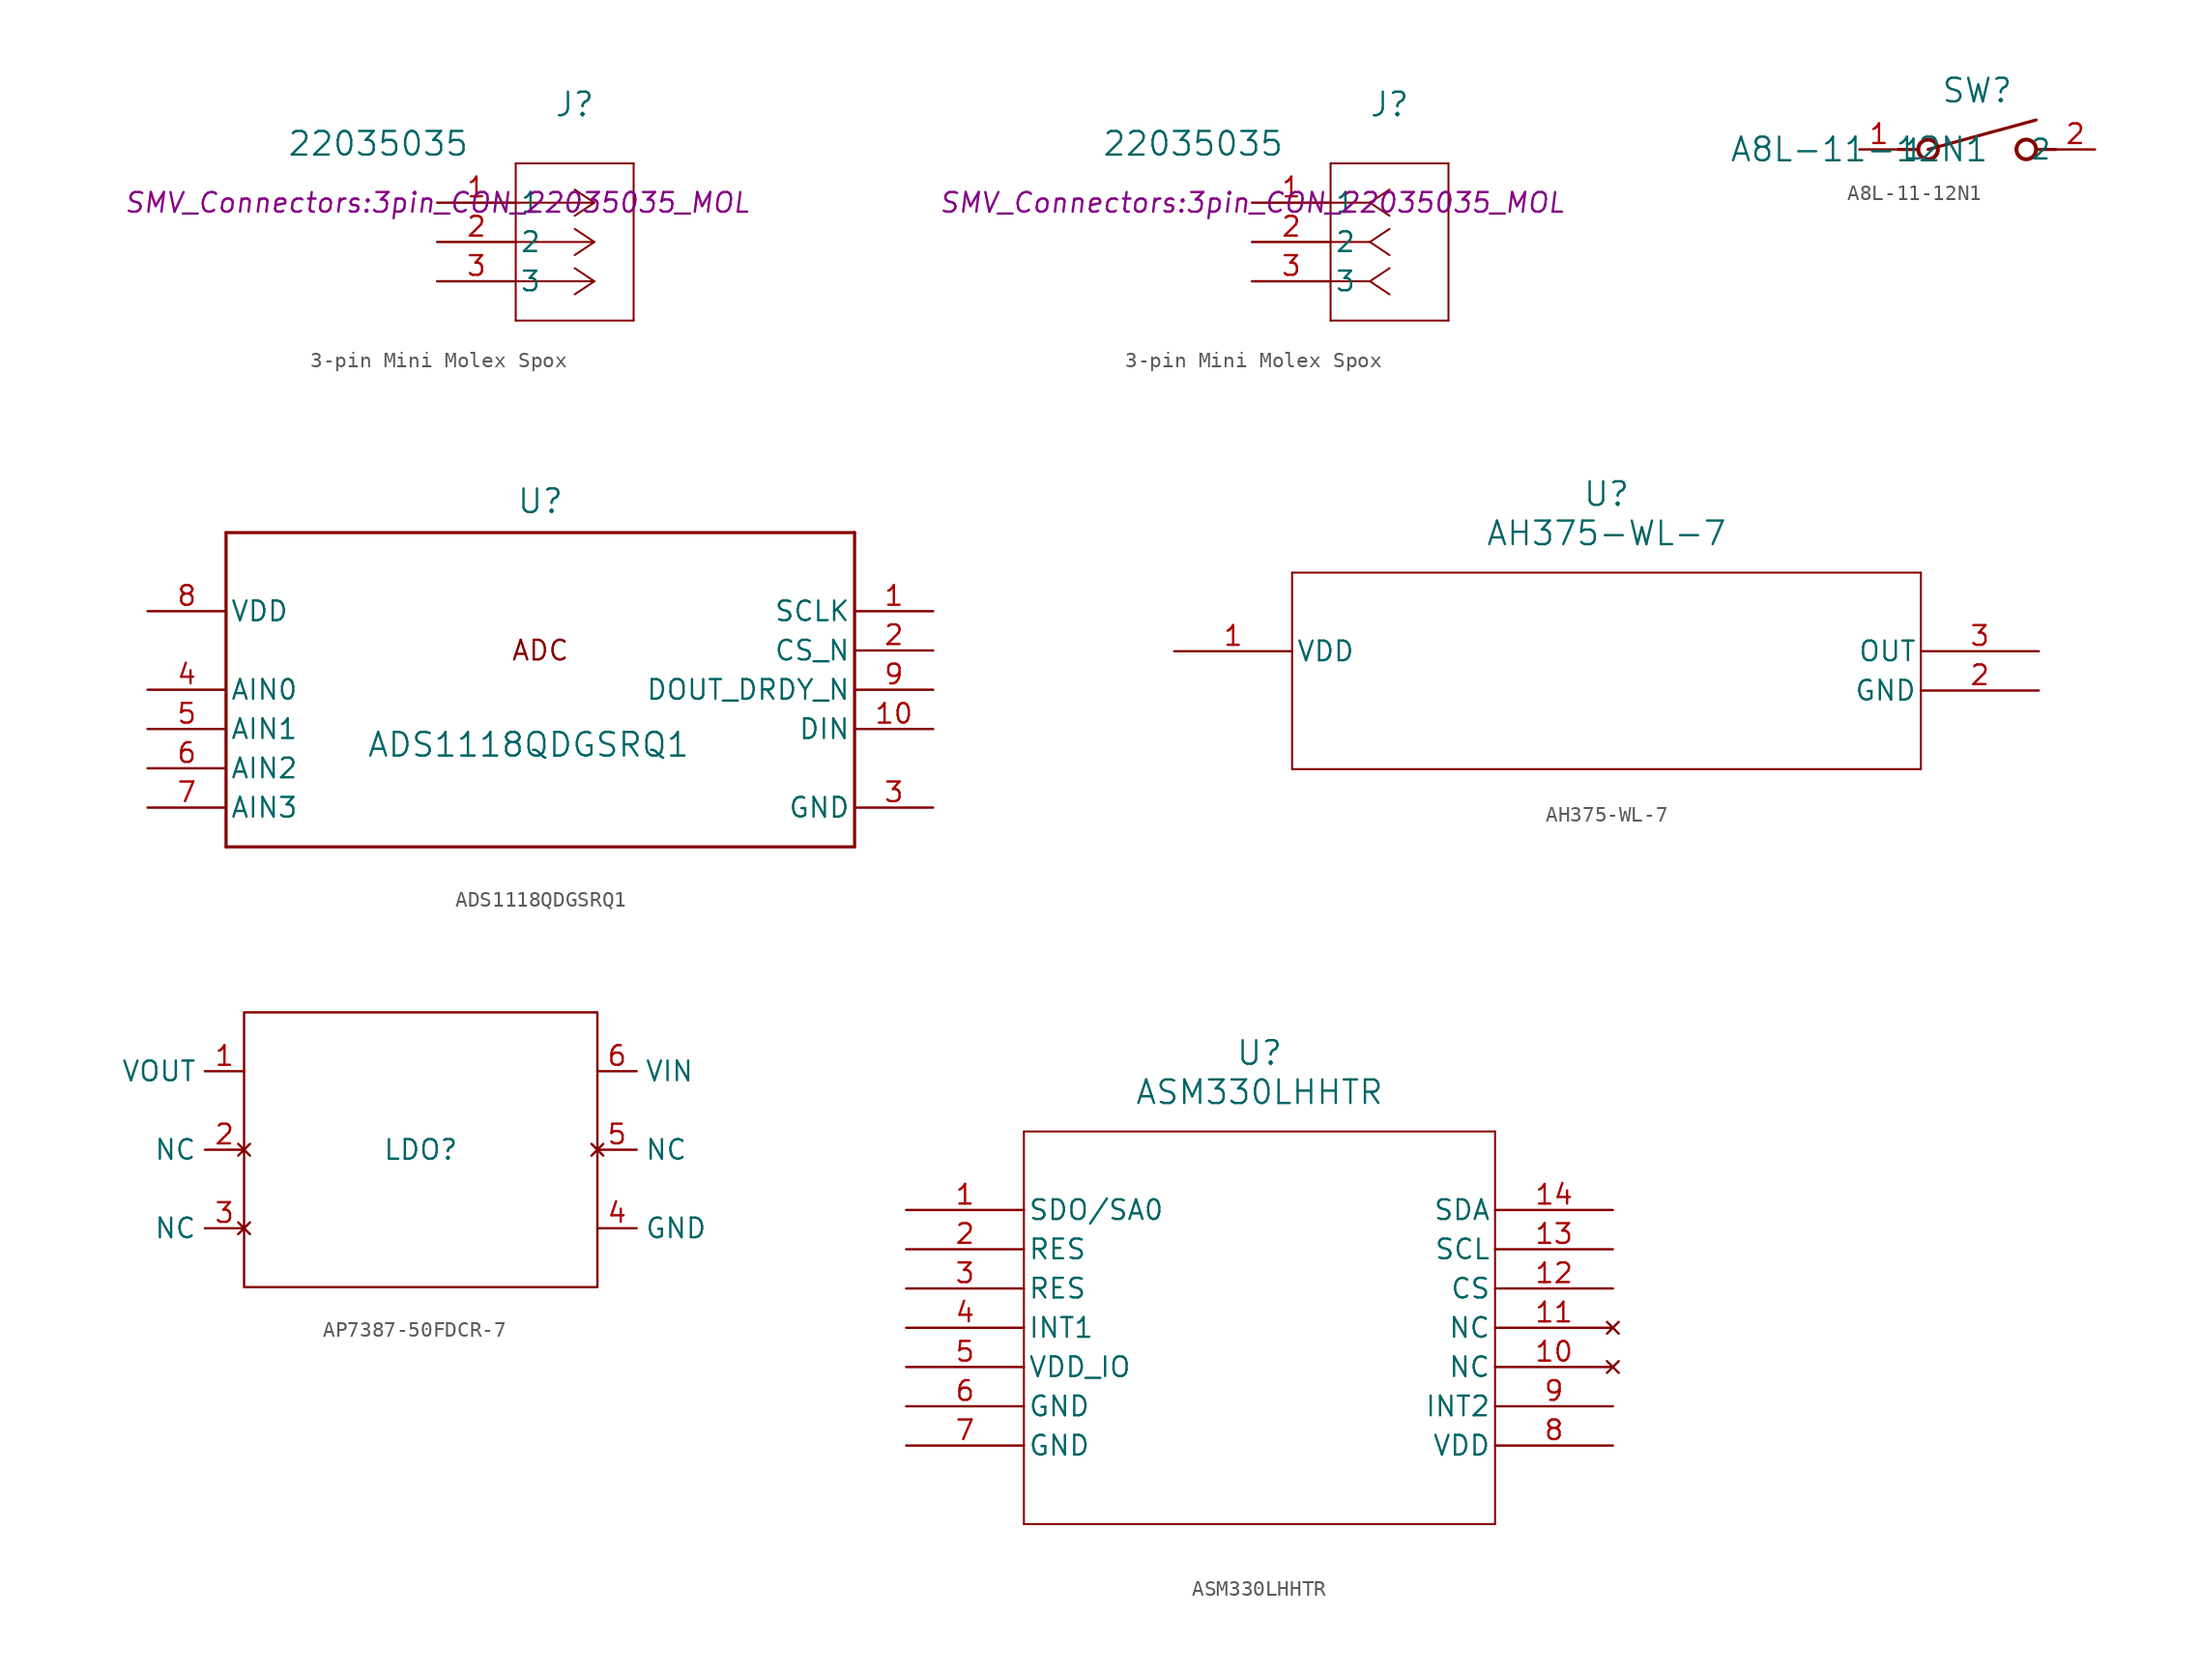
<source format=kicad_sym>
(kicad_symbol_lib
  (version 20241209)
  (generator "kicad_symbol_editor")
  (generator_version "9.0")
  (symbol "3-pin Mini Molex Spox"
    (pin_names
      (offset 0.254))
    (property "Reference" "J"
      (at 8.89 6.35 0)
      (effects (font (size 1.524 1.524))))
    (property "Value" "22035035"
      (at -3.81 3.81 0)
      (effects (font (size 1.524 1.524))))
    (property "Footprint" "SMV_Connectors:3pin_CON_22035035_MOL"
      (at 0 0 0)
      (effects (font (size 1.27 1.27) (italic yes))))
    (symbol "3-pin Mini Molex Spox_1_1"
      (polyline (pts (xy 5.08 2.54) (xy 5.08 -7.62)) (stroke (width 0.127) (type default)) (fill (type none)))
      (polyline (pts (xy 5.08 -7.62) (xy 12.7 -7.62)) (stroke (width 0.127) (type default)) (fill (type none)))
      (polyline (pts (xy 10.16 0) (xy 5.08 0)) (stroke (width 0.127) (type default)) (fill (type none)))
      (polyline (pts (xy 10.16 0) (xy 8.89 0.847)) (stroke (width 0.127) (type default)) (fill (type none)))
      (polyline (pts (xy 10.16 0) (xy 8.89 -0.847)) (stroke (width 0.127) (type default)) (fill (type none)))
      (polyline (pts (xy 10.16 -2.54) (xy 5.08 -2.54)) (stroke (width 0.127) (type default)) (fill (type none)))
      (polyline (pts (xy 10.16 -2.54) (xy 8.89 -1.693)) (stroke (width 0.127) (type default)) (fill (type none)))
      (polyline (pts (xy 10.16 -2.54) (xy 8.89 -3.387)) (stroke (width 0.127) (type default)) (fill (type none)))
      (polyline (pts (xy 10.16 -5.08) (xy 5.08 -5.08)) (stroke (width 0.127) (type default)) (fill (type none)))
      (polyline (pts (xy 10.16 -5.08) (xy 8.89 -4.233)) (stroke (width 0.127) (type default)) (fill (type none)))
      (polyline (pts (xy 10.16 -5.08) (xy 8.89 -5.927)) (stroke (width 0.127) (type default)) (fill (type none)))
      (polyline (pts (xy 12.7 2.54) (xy 5.08 2.54)) (stroke (width 0.127) (type default)) (fill (type none)))
      (polyline (pts (xy 12.7 -7.62) (xy 12.7 2.54)) (stroke (width 0.127) (type default)) (fill (type none)))
      (pin unspecified line (at 0 0 0) (length 5.08) (name "1" (effects (font (size 1.27 1.27)))) (number "1" (effects (font (size 1.27 1.27)))))
      (pin unspecified line (at 0 -2.54 0) (length 5.08) (name "2" (effects (font (size 1.27 1.27)))) (number "2" (effects (font (size 1.27 1.27)))))
      (pin unspecified line (at 0 -5.08 0) (length 5.08) (name "3" (effects (font (size 1.27 1.27)))) (number "3" (effects (font (size 1.27 1.27))))))
    (symbol "3-pin Mini Molex Spox_1_2"
      (polyline (pts (xy 5.08 2.54) (xy 5.08 -7.62)) (stroke (width 0.127) (type default)) (fill (type none)))
      (polyline (pts (xy 5.08 -7.62) (xy 12.7 -7.62)) (stroke (width 0.127) (type default)) (fill (type none)))
      (polyline (pts (xy 7.62 0) (xy 5.08 0)) (stroke (width 0.127) (type default)) (fill (type none)))
      (polyline (pts (xy 7.62 0) (xy 8.89 0.847)) (stroke (width 0.127) (type default)) (fill (type none)))
      (polyline (pts (xy 7.62 0) (xy 8.89 -0.847)) (stroke (width 0.127) (type default)) (fill (type none)))
      (polyline (pts (xy 7.62 -2.54) (xy 5.08 -2.54)) (stroke (width 0.127) (type default)) (fill (type none)))
      (polyline (pts (xy 7.62 -2.54) (xy 8.89 -1.693)) (stroke (width 0.127) (type default)) (fill (type none)))
      (polyline (pts (xy 7.62 -2.54) (xy 8.89 -3.387)) (stroke (width 0.127) (type default)) (fill (type none)))
      (polyline (pts (xy 7.62 -5.08) (xy 5.08 -5.08)) (stroke (width 0.127) (type default)) (fill (type none)))
      (polyline (pts (xy 7.62 -5.08) (xy 8.89 -4.233)) (stroke (width 0.127) (type default)) (fill (type none)))
      (polyline (pts (xy 7.62 -5.08) (xy 8.89 -5.927)) (stroke (width 0.127) (type default)) (fill (type none)))
      (polyline (pts (xy 12.7 2.54) (xy 5.08 2.54)) (stroke (width 0.127) (type default)) (fill (type none)))
      (polyline (pts (xy 12.7 -7.62) (xy 12.7 2.54)) (stroke (width 0.127) (type default)) (fill (type none)))
      (pin unspecified line (at 0 0 0) (length 5.08) (name "1" (effects (font (size 1.27 1.27)))) (number "1" (effects (font (size 1.27 1.27)))))
      (pin unspecified line (at 0 -2.54 0) (length 5.08) (name "2" (effects (font (size 1.27 1.27)))) (number "2" (effects (font (size 1.27 1.27)))))
      (pin unspecified line (at 0 -5.08 0) (length 5.08) (name "3" (effects (font (size 1.27 1.27)))) (number "3" (effects (font (size 1.27 1.27)))))))
  (symbol "A8L-11-12N1"
    (pin_names
      (offset 0.254))
    (property "Reference" "SW"
      (at 7.62 3.81 0)
      (effects (font (size 1.524 1.524))))
    (property "Value" "A8L-11-12N1"
      (at 0 0 0)
      (effects (font (size 1.524 1.524))))
    (symbol "A8L-11-12N1_0_1"
      (polyline (pts (xy 2.54 0) (xy 3.81 0)) (stroke (width 0.203) (type default)) (fill (type none)))
      (polyline (pts (xy 4.445 0) (xy 11.43 1.905)) (stroke (width 0.203) (type default)) (fill (type none)))
      (circle (center 4.445 0) (radius 0.635) (stroke (width 0.254) (type default)) (fill (type none)))
      (circle (center 10.795 0) (radius 0.635) (stroke (width 0.254) (type default)) (fill (type none)))
      (polyline (pts (xy 12.7 0) (xy 11.43 0)) (stroke (width 0.203) (type default)) (fill (type none)))
      (pin passive line (at 0 0 0) (length 2.54) (name "1" (effects (font (size 1.27 1.27)))) (number "1" (effects (font (size 1.27 1.27))))))
    (symbol "A8L-11-12N1_1_1"
      (pin passive line (at 15.24 0 180) (length 2.54) (name "2" (effects (font (size 1.27 1.27)))) (number "2" (effects (font (size 1.27 1.27)))))))
  (symbol "ADS1118QDGSRQ1"
    (pin_names
      (offset 0.254))
    (property "Reference" "U"
      (at 0 12.192 0)
      (effects (font (size 1.524 1.524))))
    (property "Value" "ADS1118QDGSRQ1"
      (at -0.762 -3.556 0)
      (effects (font (size 1.524 1.524))))
    (property "ki_locked" ""
      (at 0 0 0)
      (effects (font (size 1.27 1.27))))
    (symbol "ADS1118QDGSRQ1_0_1"
      (polyline (pts (xy -20.32 10.16) (xy -20.32 -10.16)) (stroke (width 0.203) (type default)) (fill (type none)))
      (polyline (pts (xy -20.32 -10.16) (xy 20.32 -10.16)) (stroke (width 0.203) (type default)) (fill (type none)))
      (polyline (pts (xy 20.32 10.16) (xy -20.32 10.16)) (stroke (width 0.203) (type default)) (fill (type none)))
      (polyline (pts (xy 20.32 -10.16) (xy 20.32 10.16)) (stroke (width 0.203) (type default)) (fill (type none)))
      (pin power_in line (at -25.4 5.08 0) (length 5.08) (name "VDD" (effects (font (size 1.27 1.27)))) (number "8" (effects (font (size 1.27 1.27)))))
      (pin input line (at -25.4 0 0) (length 5.08) (name "AIN0" (effects (font (size 1.27 1.27)))) (number "4" (effects (font (size 1.27 1.27)))))
      (pin input line (at -25.4 -2.54 0) (length 5.08) (name "AIN1" (effects (font (size 1.27 1.27)))) (number "5" (effects (font (size 1.27 1.27)))))
      (pin input line (at -25.4 -5.08 0) (length 5.08) (name "AIN2" (effects (font (size 1.27 1.27)))) (number "6" (effects (font (size 1.27 1.27)))))
      (pin input line (at -25.4 -7.62 0) (length 5.08) (name "AIN3" (effects (font (size 1.27 1.27)))) (number "7" (effects (font (size 1.27 1.27)))))
      (pin input line (at 25.4 5.08 180) (length 5.08) (name "SCLK" (effects (font (size 1.27 1.27)))) (number "1" (effects (font (size 1.27 1.27)))))
      (pin input line (at 25.4 2.54 180) (length 5.08) (name "CS_N" (effects (font (size 1.27 1.27)))) (number "2" (effects (font (size 1.27 1.27)))))
      (pin output line (at 25.4 0 180) (length 5.08) (name "DOUT_DRDY_N" (effects (font (size 1.27 1.27)))) (number "9" (effects (font (size 1.27 1.27)))))
      (pin input line (at 25.4 -2.54 180) (length 5.08) (name "DIN" (effects (font (size 1.27 1.27)))) (number "10" (effects (font (size 1.27 1.27)))))
      (pin power_in line (at 25.4 -7.62 180) (length 5.08) (name "GND" (effects (font (size 1.27 1.27)))) (number "3" (effects (font (size 1.27 1.27))))))
    (symbol "ADS1118QDGSRQ1_1_1"
      (text "ADC" (at 0 2.54 0) (effects (font (size 1.27 1.27))))))
  (symbol "AH375-WL-7"
    (pin_names
      (offset 0.254))
    (property "Reference" "U"
      (at 27.94 10.16 0)
      (effects (font (size 1.524 1.524))))
    (property "Value" "AH375-WL-7"
      (at 27.94 7.62 0)
      (effects (font (size 1.524 1.524))))
    (property "ki_locked" ""
      (at 0 0 0)
      (effects (font (size 1.27 1.27))))
    (symbol "AH375-WL-7_0_1"
      (polyline (pts (xy 7.62 5.08) (xy 7.62 -7.62)) (stroke (width 0.127) (type default)) (fill (type none)))
      (polyline (pts (xy 7.62 -7.62) (xy 48.26 -7.62)) (stroke (width 0.127) (type default)) (fill (type none)))
      (polyline (pts (xy 48.26 5.08) (xy 7.62 5.08)) (stroke (width 0.127) (type default)) (fill (type none)))
      (polyline (pts (xy 48.26 -7.62) (xy 48.26 5.08)) (stroke (width 0.127) (type default)) (fill (type none)))
      (pin power_in line (at 0 0 0) (length 7.62) (name "VDD" (effects (font (size 1.27 1.27)))) (number "1" (effects (font (size 1.27 1.27)))))
      (pin output line (at 55.88 0 180) (length 7.62) (name "OUT" (effects (font (size 1.27 1.27)))) (number "3" (effects (font (size 1.27 1.27)))))
      (pin power_in line (at 55.88 -2.54 180) (length 7.62) (name "GND" (effects (font (size 1.27 1.27)))) (number "2" (effects (font (size 1.27 1.27)))))))
  (symbol "AP7387-50FDCR-7"
    (property "Reference" "LDO"
      (at 0 0 0)
      (effects (font (size 1.27 1.27))))
    (property "Value" ""
      (at 0 0 0)
      (effects (font (size 1.27 1.27))))
    (symbol "AP7387-50FDCR-7_0_1"
      (rectangle (start -11.43 8.89) (end 11.43 -8.89) (stroke (width 0) (type default)) (fill (type none))))
    (symbol "AP7387-50FDCR-7_1_1"
      (pin power_out line (at -11.43 5.08 180) (length 2.54) (name "VOUT" (effects (font (size 1.27 1.27)))) (number "1" (effects (font (size 1.27 1.27)))))
      (pin no_connect line (at -11.43 0 180) (length 2.54) (name "NC" (effects (font (size 1.27 1.27)))) (number "2" (effects (font (size 1.27 1.27)))))
      (pin no_connect line (at -11.43 -5.08 180) (length 2.54) (name "NC" (effects (font (size 1.27 1.27)))) (number "3" (effects (font (size 1.27 1.27)))))
      (pin power_in line (at 11.43 5.08 0) (length 2.54) (name "VIN" (effects (font (size 1.27 1.27)))) (number "6" (effects (font (size 1.27 1.27)))))
      (pin no_connect line (at 11.43 0 0) (length 2.54) (name "NC" (effects (font (size 1.27 1.27)))) (number "5" (effects (font (size 1.27 1.27)))))
      (pin power_out line (at 11.43 -5.08 0) (length 2.54) (name "GND" (effects (font (size 1.27 1.27)))) (number "4" (effects (font (size 1.27 1.27)))))))
  (symbol "ASM330LHHTR"
    (pin_names
      (offset 0.254))
    (property "Reference" "U"
      (at 22.86 10.16 0)
      (effects (font (size 1.524 1.524))))
    (property "Value" "ASM330LHHTR"
      (at 22.86 7.62 0)
      (effects (font (size 1.524 1.524))))
    (property "ki_locked" ""
      (at 0 0 0)
      (effects (font (size 1.27 1.27))))
    (symbol "ASM330LHHTR_0_1"
      (polyline (pts (xy 7.62 5.08) (xy 7.62 -20.32)) (stroke (width 0.127) (type default)) (fill (type none)))
      (polyline (pts (xy 7.62 -20.32) (xy 38.1 -20.32)) (stroke (width 0.127) (type default)) (fill (type none)))
      (polyline (pts (xy 38.1 5.08) (xy 7.62 5.08)) (stroke (width 0.127) (type default)) (fill (type none)))
      (polyline (pts (xy 38.1 -20.32) (xy 38.1 5.08)) (stroke (width 0.127) (type default)) (fill (type none)))
      (pin bidirectional line (at 0 0 0) (length 7.62) (name "SDO/SA0" (effects (font (size 1.27 1.27)))) (number "1" (effects (font (size 1.27 1.27)))))
      (pin unspecified line (at 0 -2.54 0) (length 7.62) (name "RES" (effects (font (size 1.27 1.27)))) (number "2" (effects (font (size 1.27 1.27)))))
      (pin unspecified line (at 0 -5.08 0) (length 7.62) (name "RES" (effects (font (size 1.27 1.27)))) (number "3" (effects (font (size 1.27 1.27)))))
      (pin input line (at 0 -7.62 0) (length 7.62) (name "INT1" (effects (font (size 1.27 1.27)))) (number "4" (effects (font (size 1.27 1.27)))))
      (pin power_in line (at 0 -10.16 0) (length 7.62) (name "VDD_IO" (effects (font (size 1.27 1.27)))) (number "5" (effects (font (size 1.27 1.27)))))
      (pin power_out line (at 0 -12.7 0) (length 7.62) (name "GND" (effects (font (size 1.27 1.27)))) (number "6" (effects (font (size 1.27 1.27)))))
      (pin power_out line (at 0 -15.24 0) (length 7.62) (name "GND" (effects (font (size 1.27 1.27)))) (number "7" (effects (font (size 1.27 1.27)))))
      (pin input line (at 45.72 0 180) (length 7.62) (name "SDA" (effects (font (size 1.27 1.27)))) (number "14" (effects (font (size 1.27 1.27)))))
      (pin bidirectional line (at 45.72 -2.54 180) (length 7.62) (name "SCL" (effects (font (size 1.27 1.27)))) (number "13" (effects (font (size 1.27 1.27)))))
      (pin input line (at 45.72 -5.08 180) (length 7.62) (name "CS" (effects (font (size 1.27 1.27)))) (number "12" (effects (font (size 1.27 1.27)))))
      (pin no_connect line (at 45.72 -7.62 180) (length 7.62) (name "NC" (effects (font (size 1.27 1.27)))) (number "11" (effects (font (size 1.27 1.27)))))
      (pin no_connect line (at 45.72 -10.16 180) (length 7.62) (name "NC" (effects (font (size 1.27 1.27)))) (number "10" (effects (font (size 1.27 1.27)))))
      (pin input line (at 45.72 -12.7 180) (length 7.62) (name "INT2" (effects (font (size 1.27 1.27)))) (number "9" (effects (font (size 1.27 1.27)))))
      (pin power_in line (at 45.72 -15.24 180) (length 7.62) (name "VDD" (effects (font (size 1.27 1.27)))) (number "8" (effects (font (size 1.27 1.27))))))))
</source>
